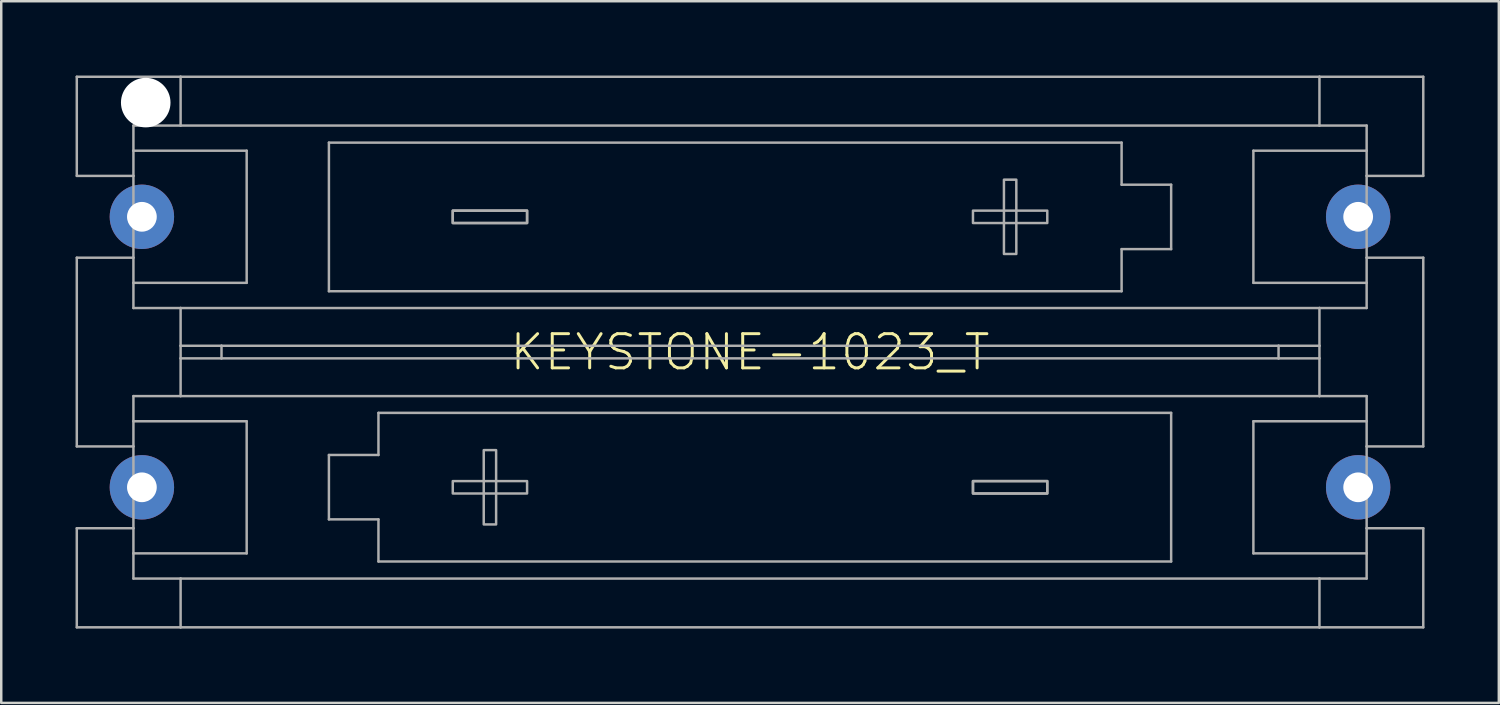
<source format=kicad_pcb>
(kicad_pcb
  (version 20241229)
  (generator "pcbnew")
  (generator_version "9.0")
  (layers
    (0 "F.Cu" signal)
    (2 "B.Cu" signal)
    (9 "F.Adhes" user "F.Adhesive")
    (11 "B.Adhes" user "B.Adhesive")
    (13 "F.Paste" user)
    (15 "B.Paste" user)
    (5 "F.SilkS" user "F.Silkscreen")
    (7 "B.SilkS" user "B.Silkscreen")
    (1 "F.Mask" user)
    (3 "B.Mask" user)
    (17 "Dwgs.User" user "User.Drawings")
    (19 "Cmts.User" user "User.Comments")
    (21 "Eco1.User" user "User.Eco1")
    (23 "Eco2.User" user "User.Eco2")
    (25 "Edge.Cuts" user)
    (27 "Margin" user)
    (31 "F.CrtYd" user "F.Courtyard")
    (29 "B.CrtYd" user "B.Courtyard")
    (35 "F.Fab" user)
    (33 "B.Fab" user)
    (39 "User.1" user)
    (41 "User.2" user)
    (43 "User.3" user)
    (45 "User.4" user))
  (footprint "KEYSTONE-1023_T"
    (layer "F.Cu")
    (at 27.228 11.162)
    (property "Reference" "KEYSTONE-1023_T" (at 0 0.006 0) (unlocked yes) (layer "F.SilkS") (effects (font (size 1.38 1.38) (thickness 0.12))))
    (fp_line (start -27.178 -11.113) (end -22.987 -11.113) (stroke (width 0.1) (type solid)) (layer "F.Fab"))
    (fp_line (start -27.178 -7.112) (end -27.178 -11.113) (stroke (width 0.1) (type solid)) (layer "F.Fab"))
    (fp_line (start -27.178 -7.112) (end -24.892 -7.112) (stroke (width 0.1) (type solid)) (layer "F.Fab"))
    (fp_line (start -27.178 -3.81) (end -24.892 -3.81) (stroke (width 0.1) (type solid)) (layer "F.Fab"))
    (fp_line (start -27.178 3.81) (end -27.178 -3.81) (stroke (width 0.1) (type solid)) (layer "F.Fab"))
    (fp_line (start -27.178 3.81) (end -24.892 3.81) (stroke (width 0.1) (type solid)) (layer "F.Fab"))
    (fp_line (start -27.178 7.112) (end -27.178 11.113) (stroke (width 0.1) (type solid)) (layer "F.Fab"))
    (fp_line (start -27.178 7.112) (end -24.892 7.112) (stroke (width 0.1) (type solid)) (layer "F.Fab"))
    (fp_line (start -24.892 -9.144) (end -22.987 -9.144) (stroke (width 0.1) (type solid)) (layer "F.Fab"))
    (fp_line (start -24.892 -8.128) (end -24.892 -9.144) (stroke (width 0.1) (type solid)) (layer "F.Fab"))
    (fp_line (start -24.892 -7.112) (end -24.892 -8.128) (stroke (width 0.1) (type solid)) (layer "F.Fab"))
    (fp_line (start -24.892 -7.112) (end -24.892 -3.81) (stroke (width 0.1) (type solid)) (layer "F.Fab"))
    (fp_line (start -24.892 -3.81) (end -24.892 -2.794) (stroke (width 0.1) (type solid)) (layer "F.Fab"))
    (fp_line (start -24.892 -2.794) (end -24.892 -1.778) (stroke (width 0.1) (type solid)) (layer "F.Fab"))
    (fp_line (start -24.892 -2.794) (end -20.32 -2.794) (stroke (width 0.1) (type solid)) (layer "F.Fab"))
    (fp_line (start -24.892 -1.778) (end -22.987 -1.778) (stroke (width 0.1) (type solid)) (layer "F.Fab"))
    (fp_line (start -24.892 2.794) (end -24.892 1.778) (stroke (width 0.1) (type solid)) (layer "F.Fab"))
    (fp_line (start -24.892 3.81) (end -24.892 2.794) (stroke (width 0.1) (type solid)) (layer "F.Fab"))
    (fp_line (start -24.892 3.81) (end -24.892 7.112) (stroke (width 0.1) (type solid)) (layer "F.Fab"))
    (fp_line (start -24.892 7.112) (end -24.892 8.128) (stroke (width 0.1) (type solid)) (layer "F.Fab"))
    (fp_line (start -24.892 8.128) (end -24.892 9.144) (stroke (width 0.1) (type solid)) (layer "F.Fab"))
    (fp_line (start -24.892 8.128) (end -20.32 8.128) (stroke (width 0.1) (type solid)) (layer "F.Fab"))
    (fp_line (start -22.987 -11.113) (end 22.987 -11.113) (stroke (width 0.1) (type solid)) (layer "F.Fab"))
    (fp_line (start -22.987 -9.144) (end -22.987 -11.113) (stroke (width 0.1) (type solid)) (layer "F.Fab"))
    (fp_line (start -22.987 -9.144) (end 22.987 -9.144) (stroke (width 0.1) (type solid)) (layer "F.Fab"))
    (fp_line (start -22.987 -1.778) (end 22.987 -1.778) (stroke (width 0.1) (type solid)) (layer "F.Fab"))
    (fp_line (start -22.987 -0.254) (end -22.987 -1.778) (stroke (width 0.1) (type solid)) (layer "F.Fab"))
    (fp_line (start -22.987 -0.254) (end -21.336 -0.254) (stroke (width 0.1) (type solid)) (layer "F.Fab"))
    (fp_line (start -22.987 0.254) (end -22.987 -0.254) (stroke (width 0.1) (type solid)) (layer "F.Fab"))
    (fp_line (start -22.987 1.778) (end -24.892 1.778) (stroke (width 0.1) (type solid)) (layer "F.Fab"))
    (fp_line (start -22.987 1.778) (end -22.987 0.254) (stroke (width 0.1) (type solid)) (layer "F.Fab"))
    (fp_line (start -22.987 9.144) (end -24.892 9.144) (stroke (width 0.1) (type solid)) (layer "F.Fab"))
    (fp_line (start -22.987 9.144) (end -22.987 11.113) (stroke (width 0.1) (type solid)) (layer "F.Fab"))
    (fp_line (start -22.987 11.113) (end -27.178 11.113) (stroke (width 0.1) (type solid)) (layer "F.Fab"))
    (fp_line (start -21.336 -0.254) (end -21.336 0.254) (stroke (width 0.1) (type solid)) (layer "F.Fab"))
    (fp_line (start -21.336 -0.254) (end 21.336 -0.254) (stroke (width 0.1) (type solid)) (layer "F.Fab"))
    (fp_line (start -21.336 0.254) (end -22.987 0.254) (stroke (width 0.1) (type solid)) (layer "F.Fab"))
    (fp_line (start -20.32 -8.128) (end -24.892 -8.128) (stroke (width 0.1) (type solid)) (layer "F.Fab"))
    (fp_line (start -20.32 -2.794) (end -20.32 -8.128) (stroke (width 0.1) (type solid)) (layer "F.Fab"))
    (fp_line (start -20.32 2.794) (end -24.892 2.794) (stroke (width 0.1) (type solid)) (layer "F.Fab"))
    (fp_line (start -20.32 8.128) (end -20.32 2.794) (stroke (width 0.1) (type solid)) (layer "F.Fab"))
    (fp_line (start -17 -8.455) (end -17 -2.455) (stroke (width 0.1) (type solid)) (layer "F.Fab"))
    (fp_line (start -17 -8.455) (end 15 -8.455) (stroke (width 0.1) (type solid)) (layer "F.Fab"))
    (fp_line (start -17 -2.455) (end 15 -2.455) (stroke (width 0.1) (type solid)) (layer "F.Fab"))
    (fp_line (start -17 4.155) (end -17 6.755) (stroke (width 0.1) (type solid)) (layer "F.Fab"))
    (fp_line (start -17 6.755) (end -15 6.755) (stroke (width 0.1) (type solid)) (layer "F.Fab"))
    (fp_line (start -15 2.455) (end -15 4.155) (stroke (width 0.1) (type solid)) (layer "F.Fab"))
    (fp_line (start -15 4.155) (end -17 4.155) (stroke (width 0.1) (type solid)) (layer "F.Fab"))
    (fp_line (start -15 8.455) (end -15 6.755) (stroke (width 0.1) (type solid)) (layer "F.Fab"))
    (fp_line (start 15 -8.455) (end 15 -6.755) (stroke (width 0.1) (type solid)) (layer "F.Fab"))
    (fp_line (start 15 -4.155) (end 17 -4.155) (stroke (width 0.1) (type solid)) (layer "F.Fab"))
    (fp_line (start 15 -2.455) (end 15 -4.155) (stroke (width 0.1) (type solid)) (layer "F.Fab"))
    (fp_line (start 17 -6.755) (end 15 -6.755) (stroke (width 0.1) (type solid)) (layer "F.Fab"))
    (fp_line (start 17 -4.155) (end 17 -6.755) (stroke (width 0.1) (type solid)) (layer "F.Fab"))
    (fp_line (start 17 2.455) (end -15 2.455) (stroke (width 0.1) (type solid)) (layer "F.Fab"))
    (fp_line (start 17 8.455) (end -15 8.455) (stroke (width 0.1) (type solid)) (layer "F.Fab"))
    (fp_line (start 17 8.455) (end 17 2.455) (stroke (width 0.1) (type solid)) (layer "F.Fab"))
    (fp_line (start 20.32 -8.128) (end 20.32 -2.794) (stroke (width 0.1) (type solid)) (layer "F.Fab"))
    (fp_line (start 20.32 -2.794) (end 24.892 -2.794) (stroke (width 0.1) (type solid)) (layer "F.Fab"))
    (fp_line (start 20.32 2.794) (end 20.32 8.128) (stroke (width 0.1) (type solid)) (layer "F.Fab"))
    (fp_line (start 20.32 8.128) (end 24.892 8.128) (stroke (width 0.1) (type solid)) (layer "F.Fab"))
    (fp_line (start 21.336 -0.254) (end 21.336 0.254) (stroke (width 0.1) (type solid)) (layer "F.Fab"))
    (fp_line (start 21.336 -0.254) (end 22.987 -0.254) (stroke (width 0.1) (type solid)) (layer "F.Fab"))
    (fp_line (start 21.336 0.254) (end -21.336 0.254) (stroke (width 0.1) (type solid)) (layer "F.Fab"))
    (fp_line (start 22.987 -11.113) (end 22.987 -9.144) (stroke (width 0.1) (type solid)) (layer "F.Fab"))
    (fp_line (start 22.987 -11.113) (end 27.178 -11.113) (stroke (width 0.1) (type solid)) (layer "F.Fab"))
    (fp_line (start 22.987 -9.144) (end 24.892 -9.144) (stroke (width 0.1) (type solid)) (layer "F.Fab"))
    (fp_line (start 22.987 -1.778) (end 22.987 -0.254) (stroke (width 0.1) (type solid)) (layer "F.Fab"))
    (fp_line (start 22.987 -1.778) (end 24.892 -1.778) (stroke (width 0.1) (type solid)) (layer "F.Fab"))
    (fp_line (start 22.987 -0.254) (end 22.987 0.254) (stroke (width 0.1) (type solid)) (layer "F.Fab"))
    (fp_line (start 22.987 0.254) (end 21.336 0.254) (stroke (width 0.1) (type solid)) (layer "F.Fab"))
    (fp_line (start 22.987 0.254) (end 22.987 1.778) (stroke (width 0.1) (type solid)) (layer "F.Fab"))
    (fp_line (start 22.987 1.778) (end -22.987 1.778) (stroke (width 0.1) (type solid)) (layer "F.Fab"))
    (fp_line (start 22.987 9.144) (end -22.987 9.144) (stroke (width 0.1) (type solid)) (layer "F.Fab"))
    (fp_line (start 22.987 9.144) (end 22.987 11.113) (stroke (width 0.1) (type solid)) (layer "F.Fab"))
    (fp_line (start 22.987 11.113) (end -22.987 11.113) (stroke (width 0.1) (type solid)) (layer "F.Fab"))
    (fp_line (start 22.987 11.113) (end 27.178 11.113) (stroke (width 0.1) (type solid)) (layer "F.Fab"))
    (fp_line (start 24.892 -8.128) (end 20.32 -8.128) (stroke (width 0.1) (type solid)) (layer "F.Fab"))
    (fp_line (start 24.892 -8.128) (end 24.892 -9.144) (stroke (width 0.1) (type solid)) (layer "F.Fab"))
    (fp_line (start 24.892 -7.112) (end 24.892 -8.128) (stroke (width 0.1) (type solid)) (layer "F.Fab"))
    (fp_line (start 24.892 -7.112) (end 24.892 -3.81) (stroke (width 0.1) (type solid)) (layer "F.Fab"))
    (fp_line (start 24.892 -3.81) (end 24.892 -2.794) (stroke (width 0.1) (type solid)) (layer "F.Fab"))
    (fp_line (start 24.892 -2.794) (end 24.892 -1.778) (stroke (width 0.1) (type solid)) (layer "F.Fab"))
    (fp_line (start 24.892 1.778) (end 22.987 1.778) (stroke (width 0.1) (type solid)) (layer "F.Fab"))
    (fp_line (start 24.892 2.794) (end 20.32 2.794) (stroke (width 0.1) (type solid)) (layer "F.Fab"))
    (fp_line (start 24.892 2.794) (end 24.892 1.778) (stroke (width 0.1) (type solid)) (layer "F.Fab"))
    (fp_line (start 24.892 3.81) (end 24.892 2.794) (stroke (width 0.1) (type solid)) (layer "F.Fab"))
    (fp_line (start 24.892 7.112) (end 24.892 3.81) (stroke (width 0.1) (type solid)) (layer "F.Fab"))
    (fp_line (start 24.892 7.112) (end 24.892 8.128) (stroke (width 0.1) (type solid)) (layer "F.Fab"))
    (fp_line (start 24.892 8.128) (end 24.892 9.144) (stroke (width 0.1) (type solid)) (layer "F.Fab"))
    (fp_line (start 24.892 9.144) (end 22.987 9.144) (stroke (width 0.1) (type solid)) (layer "F.Fab"))
    (fp_line (start 27.178 -11.113) (end 27.178 -7.112) (stroke (width 0.1) (type solid)) (layer "F.Fab"))
    (fp_line (start 27.178 -7.112) (end 24.892 -7.112) (stroke (width 0.1) (type solid)) (layer "F.Fab"))
    (fp_line (start 27.178 -3.81) (end 24.892 -3.81) (stroke (width 0.1) (type solid)) (layer "F.Fab"))
    (fp_line (start 27.178 3.81) (end 24.892 3.81) (stroke (width 0.1) (type solid)) (layer "F.Fab"))
    (fp_line (start 27.178 3.81) (end 27.178 -3.81) (stroke (width 0.1) (type solid)) (layer "F.Fab"))
    (fp_line (start 27.178 7.112) (end 24.892 7.112) (stroke (width 0.1) (type solid)) (layer "F.Fab"))
    (fp_line (start 27.178 11.113) (end 27.178 7.112) (stroke (width 0.1) (type solid)) (layer "F.Fab"))
    (fp_poly (pts (xy -12 5.709) (xy -9 5.709) (xy -9 5.209) (xy -12 5.209)) (stroke (width 0.1) (type default)) (fill no) (layer "F.Fab"))
    (fp_poly (pts (xy -10.75 6.959) (xy -10.25 6.959) (xy -10.25 3.959) (xy -10.75 3.959)) (stroke (width 0.1) (type default)) (fill no) (layer "F.Fab"))
    (fp_poly (pts (xy -9 -5.709) (xy -12 -5.709) (xy -12 -5.209) (xy -9 -5.209)) (stroke (width 0.1) (type default)) (fill no) (layer "F.Fab"))
    (fp_poly (pts (xy -9 -5.709) (xy -12 -5.709) (xy -12 -5.209) (xy -9 -5.209)) (stroke (width 0.1) (type default)) (fill no) (layer "F.Fab"))
    (fp_poly (pts (xy 9 5.709) (xy 12 5.709) (xy 12 5.209) (xy 9 5.209)) (stroke (width 0.1) (type default)) (fill no) (layer "F.Fab"))
    (fp_poly (pts (xy 9 5.709) (xy 12 5.709) (xy 12 5.209) (xy 9 5.209)) (stroke (width 0.1) (type default)) (fill no) (layer "F.Fab"))
    (fp_poly (pts (xy 10.75 -6.959) (xy 10.25 -6.959) (xy 10.25 -3.959) (xy 10.75 -3.959)) (stroke (width 0.1) (type default)) (fill no) (layer "F.Fab"))
    (fp_poly (pts (xy 12 -5.709) (xy 9 -5.709) (xy 9 -5.209) (xy 12 -5.209)) (stroke (width 0.1) (type default)) (fill no) (layer "F.Fab"))
    (pad "" np_thru_hole circle (at -24.395 -10.07) (size 2 2) (drill 2) (layers "*.Cu" "*.Mask"))
    (pad "M1" thru_hole circle (at 24.55 5.46) (size 2.6 2.6) (drill 1.2) (layers "*.Cu" "*.Mask"))
    (pad "M2" thru_hole circle (at -24.55 -5.46) (size 2.6 2.6) (drill 1.2) (layers "*.Cu" "*.Mask"))
    (pad "P1" thru_hole circle (at -24.55 5.46) (size 2.6 2.6) (drill 1.2) (layers "*.Cu" "*.Mask"))
    (pad "P2" thru_hole circle (at 24.55 -5.46) (size 2.6 2.6) (drill 1.2) (layers "*.Cu" "*.Mask")))
  (gr_rect
    (start -3 -3)
    (end 57.456 25.325)
    (stroke (width 0.1) (type default))
    (fill no)
    (layer "Edge.Cuts")))
</source>
